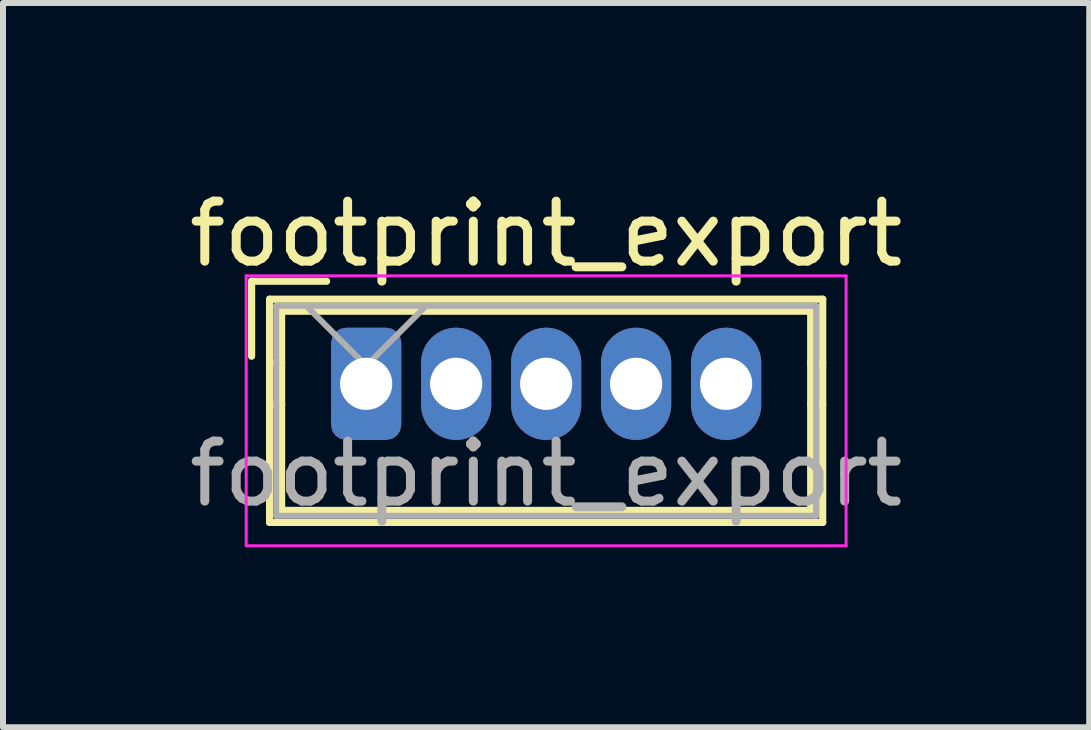
<source format=kicad_pcb>
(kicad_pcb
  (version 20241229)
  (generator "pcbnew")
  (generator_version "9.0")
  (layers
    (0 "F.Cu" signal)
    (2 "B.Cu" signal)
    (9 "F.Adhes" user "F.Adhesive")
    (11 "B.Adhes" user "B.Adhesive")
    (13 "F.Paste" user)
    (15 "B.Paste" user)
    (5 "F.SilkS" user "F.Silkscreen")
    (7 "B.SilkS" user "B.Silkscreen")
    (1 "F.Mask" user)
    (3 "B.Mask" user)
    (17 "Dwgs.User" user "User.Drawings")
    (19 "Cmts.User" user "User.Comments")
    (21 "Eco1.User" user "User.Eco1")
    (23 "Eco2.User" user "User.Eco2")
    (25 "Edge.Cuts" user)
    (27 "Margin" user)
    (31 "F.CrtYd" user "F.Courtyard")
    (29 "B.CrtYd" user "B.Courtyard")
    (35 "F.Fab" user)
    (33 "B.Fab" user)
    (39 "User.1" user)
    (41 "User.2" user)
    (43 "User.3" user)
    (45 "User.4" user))
  (footprint "footprint_export"
    (layer "F.Cu")
    (at 3.054 3.348)
    (property "Reference" "footprint_export" (at 3 -2.5 0) (layer "F.SilkS") (effects (font (size 1 1) (thickness 0.15))))
    (attr through_hole)
    (fp_line (start -1.91 -1.71) (end -1.91 -0.46) (stroke (width 0.12) (type solid)) (layer "F.SilkS"))
    (fp_line (start -1.61 -1.41) (end -1.61 2.31) (stroke (width 0.12) (type solid)) (layer "F.SilkS"))
    (fp_line (start -1.61 -0.35) (end -1.41 -0.35) (stroke (width 0.12) (type solid)) (layer "F.SilkS"))
    (fp_line (start -1.61 2.31) (end 7.61 2.31) (stroke (width 0.12) (type solid)) (layer "F.SilkS"))
    (fp_line (start -1.41 -1.21) (end 7.41 -1.21) (stroke (width 0.12) (type solid)) (layer "F.SilkS"))
    (fp_line (start -1.41 -0.35) (end -1.41 -1.21) (stroke (width 0.12) (type solid)) (layer "F.SilkS"))
    (fp_line (start -1.41 -0.35) (end -1.41 0.35) (stroke (width 0.12) (type solid)) (layer "F.SilkS"))
    (fp_line (start -1.41 0.35) (end -1.61 0.35) (stroke (width 0.12) (type solid)) (layer "F.SilkS"))
    (fp_line (start -1.41 0.35) (end -1.41 2.11) (stroke (width 0.12) (type solid)) (layer "F.SilkS"))
    (fp_line (start -1.41 2.11) (end 7.41 2.11) (stroke (width 0.12) (type solid)) (layer "F.SilkS"))
    (fp_line (start -0.66 -1.71) (end -1.91 -1.71) (stroke (width 0.12) (type solid)) (layer "F.SilkS"))
    (fp_line (start 7.41 -1.21) (end 7.41 -0.35) (stroke (width 0.12) (type solid)) (layer "F.SilkS"))
    (fp_line (start 7.41 -0.35) (end 7.41 0.35) (stroke (width 0.12) (type solid)) (layer "F.SilkS"))
    (fp_line (start 7.41 -0.35) (end 7.61 -0.35) (stroke (width 0.12) (type solid)) (layer "F.SilkS"))
    (fp_line (start 7.41 0.35) (end 7.61 0.35) (stroke (width 0.12) (type solid)) (layer "F.SilkS"))
    (fp_line (start 7.41 2.11) (end 7.41 0.35) (stroke (width 0.12) (type solid)) (layer "F.SilkS"))
    (fp_line (start 7.61 -1.41) (end -1.61 -1.41) (stroke (width 0.12) (type solid)) (layer "F.SilkS"))
    (fp_line (start 7.61 2.31) (end 7.61 -1.41) (stroke (width 0.12) (type solid)) (layer "F.SilkS"))
    (fp_line (start -2 -1.8) (end -2 2.7) (stroke (width 0.05) (type solid)) (layer "F.CrtYd"))
    (fp_line (start -2 2.7) (end 8 2.7) (stroke (width 0.05) (type solid)) (layer "F.CrtYd"))
    (fp_line (start 8 -1.8) (end -2 -1.8) (stroke (width 0.05) (type solid)) (layer "F.CrtYd"))
    (fp_line (start 8 2.7) (end 8 -1.8) (stroke (width 0.05) (type solid)) (layer "F.CrtYd"))
    (fp_line (start -1.5 -1.3) (end -1.5 2.2) (stroke (width 0.1) (type solid)) (layer "F.Fab"))
    (fp_line (start -1.5 2.2) (end 7.5 2.2) (stroke (width 0.1) (type solid)) (layer "F.Fab"))
    (fp_line (start -1 -1.3) (end 0 -0.3) (stroke (width 0.1) (type solid)) (layer "F.Fab"))
    (fp_line (start 0 -0.3) (end 1 -1.3) (stroke (width 0.1) (type solid)) (layer "F.Fab"))
    (fp_line (start 7.5 -1.3) (end -1.5 -1.3) (stroke (width 0.1) (type solid)) (layer "F.Fab"))
    (fp_line (start 7.5 2.2) (end 7.5 -1.3) (stroke (width 0.1) (type solid)) (layer "F.Fab"))
    (fp_text user "${REFERENCE}" (at 3 1.5 0) (layer "F.Fab") (effects (font (size 1 1) (thickness 0.15))))
    (pad "1" thru_hole roundrect (at 0 0) (size 1.17 1.87) (drill 0.87) (layers "*.Cu" "*.Mask") (roundrect_rratio 0.214))
    (pad "2" thru_hole oval (at 1.5 0) (size 1.17 1.87) (drill 0.87) (layers "*.Cu" "*.Mask"))
    (pad "3" thru_hole oval (at 3 0) (size 1.17 1.87) (drill 0.87) (layers "*.Cu" "*.Mask"))
    (pad "4" thru_hole oval (at 4.5 0) (size 1.17 1.87) (drill 0.87) (layers "*.Cu" "*.Mask"))
    (pad "5" thru_hole oval (at 6 0) (size 1.17 1.87) (drill 0.87) (layers "*.Cu" "*.Mask")))
  (gr_rect
    (start -3 -3)
    (end 15.107 9.073)
    (stroke (width 0.1) (type default))
    (fill no)
    (layer "Edge.Cuts")))
</source>
